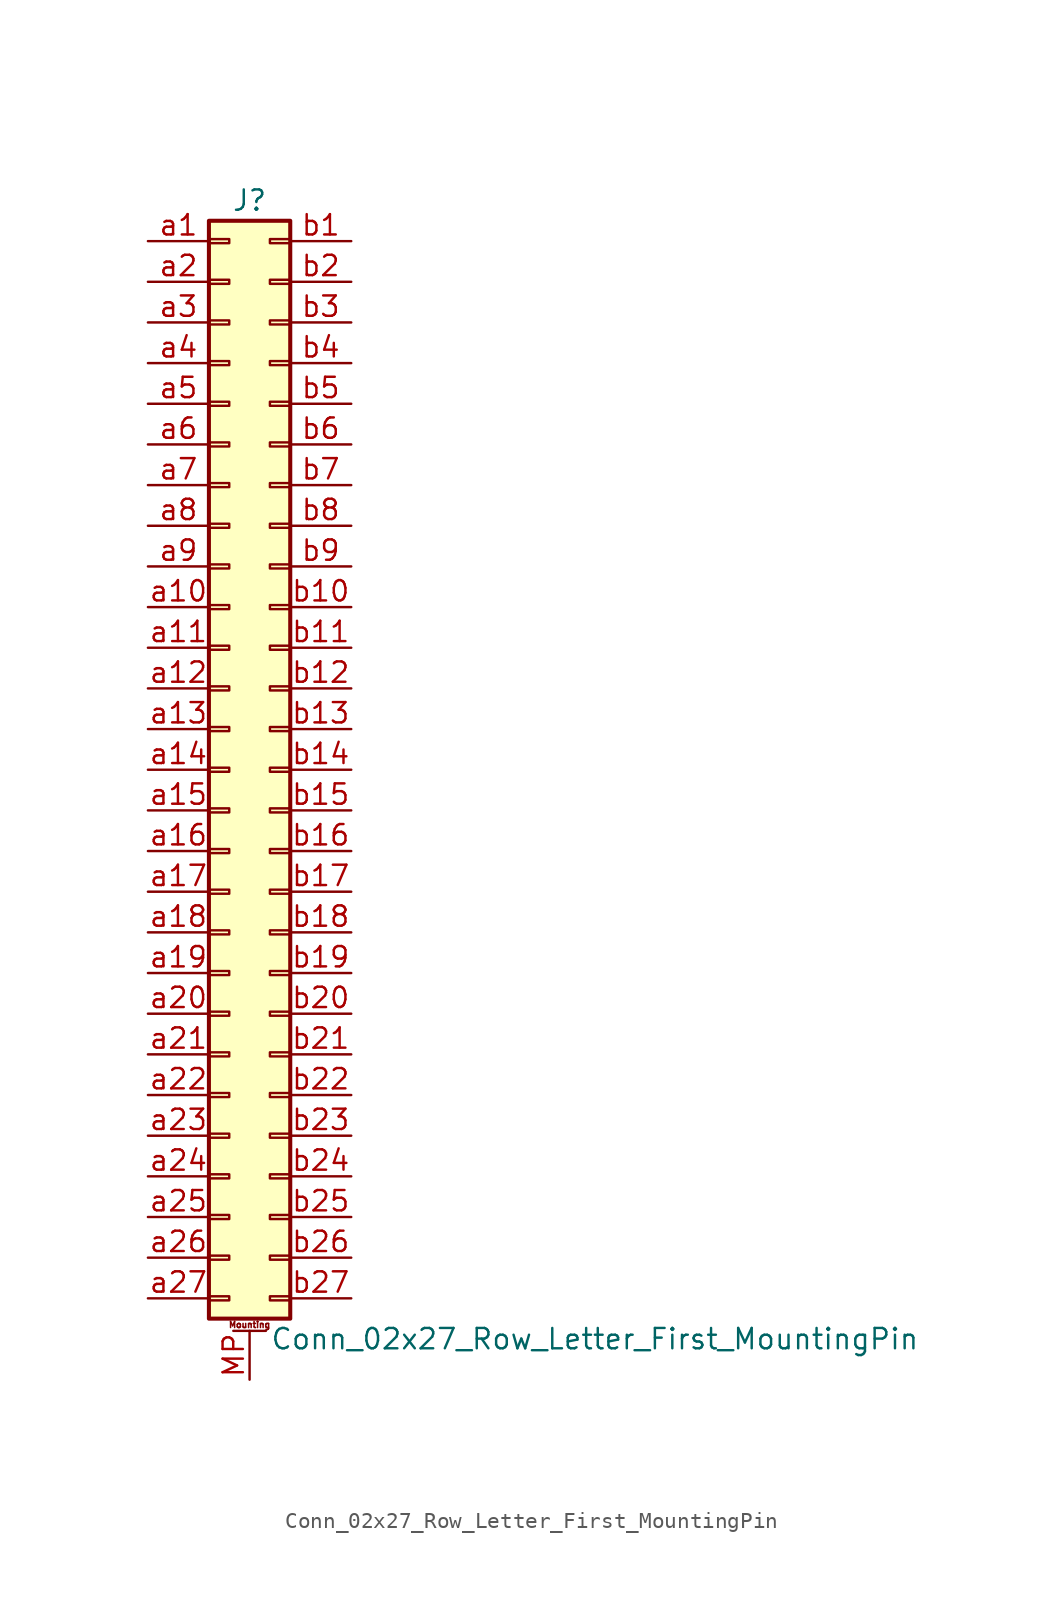
<source format=kicad_sym>
(kicad_symbol_lib
  (version 20220914)
  (generator kicad_symbol_editor)
  (symbol "Conn_02x27_Row_Letter_First_MountingPin"
    (pin_names
      (offset 1.016) hide)
    (property "Reference" "J"
      (at 1.27 35.56 0)
      (effects (font (size 1.27 1.27))))
    (property "Value" "Conn_02x27_Row_Letter_First_MountingPin"
      (at 2.54 -35.56 0)
      (effects (font (size 1.27 1.27)) (justify left)))
    (symbol "Conn_02x27_Row_Letter_First_MountingPin_1_1"
      (rectangle (start -1.27 -32.893) (end 0 -33.147) (stroke (width 0.152) (type default)) (fill (type none)))
      (rectangle (start -1.27 -30.353) (end 0 -30.607) (stroke (width 0.152) (type default)) (fill (type none)))
      (rectangle (start -1.27 -27.813) (end 0 -28.067) (stroke (width 0.152) (type default)) (fill (type none)))
      (rectangle (start -1.27 -25.273) (end 0 -25.527) (stroke (width 0.152) (type default)) (fill (type none)))
      (rectangle (start -1.27 -22.733) (end 0 -22.987) (stroke (width 0.152) (type default)) (fill (type none)))
      (rectangle (start -1.27 -20.193) (end 0 -20.447) (stroke (width 0.152) (type default)) (fill (type none)))
      (rectangle (start -1.27 -17.653) (end 0 -17.907) (stroke (width 0.152) (type default)) (fill (type none)))
      (rectangle (start -1.27 -15.113) (end 0 -15.367) (stroke (width 0.152) (type default)) (fill (type none)))
      (rectangle (start -1.27 -12.573) (end 0 -12.827) (stroke (width 0.152) (type default)) (fill (type none)))
      (rectangle (start -1.27 -10.033) (end 0 -10.287) (stroke (width 0.152) (type default)) (fill (type none)))
      (rectangle (start -1.27 -7.493) (end 0 -7.747) (stroke (width 0.152) (type default)) (fill (type none)))
      (rectangle (start -1.27 -4.953) (end 0 -5.207) (stroke (width 0.152) (type default)) (fill (type none)))
      (rectangle (start -1.27 -2.413) (end 0 -2.667) (stroke (width 0.152) (type default)) (fill (type none)))
      (rectangle (start -1.27 0.127) (end 0 -0.127) (stroke (width 0.152) (type default)) (fill (type none)))
      (rectangle (start -1.27 2.667) (end 0 2.413) (stroke (width 0.152) (type default)) (fill (type none)))
      (rectangle (start -1.27 5.207) (end 0 4.953) (stroke (width 0.152) (type default)) (fill (type none)))
      (rectangle (start -1.27 7.747) (end 0 7.493) (stroke (width 0.152) (type default)) (fill (type none)))
      (rectangle (start -1.27 10.287) (end 0 10.033) (stroke (width 0.152) (type default)) (fill (type none)))
      (rectangle (start -1.27 12.827) (end 0 12.573) (stroke (width 0.152) (type default)) (fill (type none)))
      (rectangle (start -1.27 15.367) (end 0 15.113) (stroke (width 0.152) (type default)) (fill (type none)))
      (rectangle (start -1.27 17.907) (end 0 17.653) (stroke (width 0.152) (type default)) (fill (type none)))
      (rectangle (start -1.27 20.447) (end 0 20.193) (stroke (width 0.152) (type default)) (fill (type none)))
      (rectangle (start -1.27 22.987) (end 0 22.733) (stroke (width 0.152) (type default)) (fill (type none)))
      (rectangle (start -1.27 25.527) (end 0 25.273) (stroke (width 0.152) (type default)) (fill (type none)))
      (rectangle (start -1.27 28.067) (end 0 27.813) (stroke (width 0.152) (type default)) (fill (type none)))
      (rectangle (start -1.27 30.607) (end 0 30.353) (stroke (width 0.152) (type default)) (fill (type none)))
      (rectangle (start -1.27 33.147) (end 0 32.893) (stroke (width 0.152) (type default)) (fill (type none)))
      (rectangle (start -1.27 34.29) (end 3.81 -34.29) (stroke (width 0.254) (type default)) (fill (type background)))
      (polyline (pts (xy 0.254 -35.052) (xy 2.286 -35.052)) (stroke (width 0.152) (type default)) (fill (type none)))
      (rectangle (start 3.81 -32.893) (end 2.54 -33.147) (stroke (width 0.152) (type default)) (fill (type none)))
      (rectangle (start 3.81 -30.353) (end 2.54 -30.607) (stroke (width 0.152) (type default)) (fill (type none)))
      (rectangle (start 3.81 -27.813) (end 2.54 -28.067) (stroke (width 0.152) (type default)) (fill (type none)))
      (rectangle (start 3.81 -25.273) (end 2.54 -25.527) (stroke (width 0.152) (type default)) (fill (type none)))
      (rectangle (start 3.81 -22.733) (end 2.54 -22.987) (stroke (width 0.152) (type default)) (fill (type none)))
      (rectangle (start 3.81 -20.193) (end 2.54 -20.447) (stroke (width 0.152) (type default)) (fill (type none)))
      (rectangle (start 3.81 -17.653) (end 2.54 -17.907) (stroke (width 0.152) (type default)) (fill (type none)))
      (rectangle (start 3.81 -15.113) (end 2.54 -15.367) (stroke (width 0.152) (type default)) (fill (type none)))
      (rectangle (start 3.81 -12.573) (end 2.54 -12.827) (stroke (width 0.152) (type default)) (fill (type none)))
      (rectangle (start 3.81 -10.033) (end 2.54 -10.287) (stroke (width 0.152) (type default)) (fill (type none)))
      (rectangle (start 3.81 -7.493) (end 2.54 -7.747) (stroke (width 0.152) (type default)) (fill (type none)))
      (rectangle (start 3.81 -4.953) (end 2.54 -5.207) (stroke (width 0.152) (type default)) (fill (type none)))
      (rectangle (start 3.81 -2.413) (end 2.54 -2.667) (stroke (width 0.152) (type default)) (fill (type none)))
      (rectangle (start 3.81 0.127) (end 2.54 -0.127) (stroke (width 0.152) (type default)) (fill (type none)))
      (rectangle (start 3.81 2.667) (end 2.54 2.413) (stroke (width 0.152) (type default)) (fill (type none)))
      (rectangle (start 3.81 5.207) (end 2.54 4.953) (stroke (width 0.152) (type default)) (fill (type none)))
      (rectangle (start 3.81 7.747) (end 2.54 7.493) (stroke (width 0.152) (type default)) (fill (type none)))
      (rectangle (start 3.81 10.287) (end 2.54 10.033) (stroke (width 0.152) (type default)) (fill (type none)))
      (rectangle (start 3.81 12.827) (end 2.54 12.573) (stroke (width 0.152) (type default)) (fill (type none)))
      (rectangle (start 3.81 15.367) (end 2.54 15.113) (stroke (width 0.152) (type default)) (fill (type none)))
      (rectangle (start 3.81 17.907) (end 2.54 17.653) (stroke (width 0.152) (type default)) (fill (type none)))
      (rectangle (start 3.81 20.447) (end 2.54 20.193) (stroke (width 0.152) (type default)) (fill (type none)))
      (rectangle (start 3.81 22.987) (end 2.54 22.733) (stroke (width 0.152) (type default)) (fill (type none)))
      (rectangle (start 3.81 25.527) (end 2.54 25.273) (stroke (width 0.152) (type default)) (fill (type none)))
      (rectangle (start 3.81 28.067) (end 2.54 27.813) (stroke (width 0.152) (type default)) (fill (type none)))
      (rectangle (start 3.81 30.607) (end 2.54 30.353) (stroke (width 0.152) (type default)) (fill (type none)))
      (rectangle (start 3.81 33.147) (end 2.54 32.893) (stroke (width 0.152) (type default)) (fill (type none)))
      (text "Mounting" (at 1.27 -34.671 0) (effects (font (size 0.381 0.381))))
      (pin passive line (at 1.27 -38.1 90) (length 3.048) (name "MountPin" (effects (font (size 1.27 1.27)))) (number "MP" (effects (font (size 1.27 1.27)))))
      (pin passive line (at -5.08 33.02 0) (length 3.81) (name "Pin_a1" (effects (font (size 1.27 1.27)))) (number "a1" (effects (font (size 1.27 1.27)))))
      (pin passive line (at -5.08 10.16 0) (length 3.81) (name "Pin_a10" (effects (font (size 1.27 1.27)))) (number "a10" (effects (font (size 1.27 1.27)))))
      (pin passive line (at -5.08 7.62 0) (length 3.81) (name "Pin_a11" (effects (font (size 1.27 1.27)))) (number "a11" (effects (font (size 1.27 1.27)))))
      (pin passive line (at -5.08 5.08 0) (length 3.81) (name "Pin_a12" (effects (font (size 1.27 1.27)))) (number "a12" (effects (font (size 1.27 1.27)))))
      (pin passive line (at -5.08 2.54 0) (length 3.81) (name "Pin_a13" (effects (font (size 1.27 1.27)))) (number "a13" (effects (font (size 1.27 1.27)))))
      (pin passive line (at -5.08 0 0) (length 3.81) (name "Pin_a14" (effects (font (size 1.27 1.27)))) (number "a14" (effects (font (size 1.27 1.27)))))
      (pin passive line (at -5.08 -2.54 0) (length 3.81) (name "Pin_a15" (effects (font (size 1.27 1.27)))) (number "a15" (effects (font (size 1.27 1.27)))))
      (pin passive line (at -5.08 -5.08 0) (length 3.81) (name "Pin_a16" (effects (font (size 1.27 1.27)))) (number "a16" (effects (font (size 1.27 1.27)))))
      (pin passive line (at -5.08 -7.62 0) (length 3.81) (name "Pin_a17" (effects (font (size 1.27 1.27)))) (number "a17" (effects (font (size 1.27 1.27)))))
      (pin passive line (at -5.08 -10.16 0) (length 3.81) (name "Pin_a18" (effects (font (size 1.27 1.27)))) (number "a18" (effects (font (size 1.27 1.27)))))
      (pin passive line (at -5.08 -12.7 0) (length 3.81) (name "Pin_a19" (effects (font (size 1.27 1.27)))) (number "a19" (effects (font (size 1.27 1.27)))))
      (pin passive line (at -5.08 30.48 0) (length 3.81) (name "Pin_a2" (effects (font (size 1.27 1.27)))) (number "a2" (effects (font (size 1.27 1.27)))))
      (pin passive line (at -5.08 -15.24 0) (length 3.81) (name "Pin_a20" (effects (font (size 1.27 1.27)))) (number "a20" (effects (font (size 1.27 1.27)))))
      (pin passive line (at -5.08 -17.78 0) (length 3.81) (name "Pin_a21" (effects (font (size 1.27 1.27)))) (number "a21" (effects (font (size 1.27 1.27)))))
      (pin passive line (at -5.08 -20.32 0) (length 3.81) (name "Pin_a22" (effects (font (size 1.27 1.27)))) (number "a22" (effects (font (size 1.27 1.27)))))
      (pin passive line (at -5.08 -22.86 0) (length 3.81) (name "Pin_a23" (effects (font (size 1.27 1.27)))) (number "a23" (effects (font (size 1.27 1.27)))))
      (pin passive line (at -5.08 -25.4 0) (length 3.81) (name "Pin_a24" (effects (font (size 1.27 1.27)))) (number "a24" (effects (font (size 1.27 1.27)))))
      (pin passive line (at -5.08 -27.94 0) (length 3.81) (name "Pin_a25" (effects (font (size 1.27 1.27)))) (number "a25" (effects (font (size 1.27 1.27)))))
      (pin passive line (at -5.08 -30.48 0) (length 3.81) (name "Pin_a26" (effects (font (size 1.27 1.27)))) (number "a26" (effects (font (size 1.27 1.27)))))
      (pin passive line (at -5.08 -33.02 0) (length 3.81) (name "Pin_a27" (effects (font (size 1.27 1.27)))) (number "a27" (effects (font (size 1.27 1.27)))))
      (pin passive line (at -5.08 27.94 0) (length 3.81) (name "Pin_a3" (effects (font (size 1.27 1.27)))) (number "a3" (effects (font (size 1.27 1.27)))))
      (pin passive line (at -5.08 25.4 0) (length 3.81) (name "Pin_a4" (effects (font (size 1.27 1.27)))) (number "a4" (effects (font (size 1.27 1.27)))))
      (pin passive line (at -5.08 22.86 0) (length 3.81) (name "Pin_a5" (effects (font (size 1.27 1.27)))) (number "a5" (effects (font (size 1.27 1.27)))))
      (pin passive line (at -5.08 20.32 0) (length 3.81) (name "Pin_a6" (effects (font (size 1.27 1.27)))) (number "a6" (effects (font (size 1.27 1.27)))))
      (pin passive line (at -5.08 17.78 0) (length 3.81) (name "Pin_a7" (effects (font (size 1.27 1.27)))) (number "a7" (effects (font (size 1.27 1.27)))))
      (pin passive line (at -5.08 15.24 0) (length 3.81) (name "Pin_a8" (effects (font (size 1.27 1.27)))) (number "a8" (effects (font (size 1.27 1.27)))))
      (pin passive line (at -5.08 12.7 0) (length 3.81) (name "Pin_a9" (effects (font (size 1.27 1.27)))) (number "a9" (effects (font (size 1.27 1.27)))))
      (pin passive line (at 7.62 33.02 180) (length 3.81) (name "Pin_b1" (effects (font (size 1.27 1.27)))) (number "b1" (effects (font (size 1.27 1.27)))))
      (pin passive line (at 7.62 10.16 180) (length 3.81) (name "Pin_b10" (effects (font (size 1.27 1.27)))) (number "b10" (effects (font (size 1.27 1.27)))))
      (pin passive line (at 7.62 7.62 180) (length 3.81) (name "Pin_b11" (effects (font (size 1.27 1.27)))) (number "b11" (effects (font (size 1.27 1.27)))))
      (pin passive line (at 7.62 5.08 180) (length 3.81) (name "Pin_b12" (effects (font (size 1.27 1.27)))) (number "b12" (effects (font (size 1.27 1.27)))))
      (pin passive line (at 7.62 2.54 180) (length 3.81) (name "Pin_b13" (effects (font (size 1.27 1.27)))) (number "b13" (effects (font (size 1.27 1.27)))))
      (pin passive line (at 7.62 0 180) (length 3.81) (name "Pin_b14" (effects (font (size 1.27 1.27)))) (number "b14" (effects (font (size 1.27 1.27)))))
      (pin passive line (at 7.62 -2.54 180) (length 3.81) (name "Pin_b15" (effects (font (size 1.27 1.27)))) (number "b15" (effects (font (size 1.27 1.27)))))
      (pin passive line (at 7.62 -5.08 180) (length 3.81) (name "Pin_b16" (effects (font (size 1.27 1.27)))) (number "b16" (effects (font (size 1.27 1.27)))))
      (pin passive line (at 7.62 -7.62 180) (length 3.81) (name "Pin_b17" (effects (font (size 1.27 1.27)))) (number "b17" (effects (font (size 1.27 1.27)))))
      (pin passive line (at 7.62 -10.16 180) (length 3.81) (name "Pin_b18" (effects (font (size 1.27 1.27)))) (number "b18" (effects (font (size 1.27 1.27)))))
      (pin passive line (at 7.62 -12.7 180) (length 3.81) (name "Pin_b19" (effects (font (size 1.27 1.27)))) (number "b19" (effects (font (size 1.27 1.27)))))
      (pin passive line (at 7.62 30.48 180) (length 3.81) (name "Pin_b2" (effects (font (size 1.27 1.27)))) (number "b2" (effects (font (size 1.27 1.27)))))
      (pin passive line (at 7.62 -15.24 180) (length 3.81) (name "Pin_b20" (effects (font (size 1.27 1.27)))) (number "b20" (effects (font (size 1.27 1.27)))))
      (pin passive line (at 7.62 -17.78 180) (length 3.81) (name "Pin_b21" (effects (font (size 1.27 1.27)))) (number "b21" (effects (font (size 1.27 1.27)))))
      (pin passive line (at 7.62 -20.32 180) (length 3.81) (name "Pin_b22" (effects (font (size 1.27 1.27)))) (number "b22" (effects (font (size 1.27 1.27)))))
      (pin passive line (at 7.62 -22.86 180) (length 3.81) (name "Pin_b23" (effects (font (size 1.27 1.27)))) (number "b23" (effects (font (size 1.27 1.27)))))
      (pin passive line (at 7.62 -25.4 180) (length 3.81) (name "Pin_b24" (effects (font (size 1.27 1.27)))) (number "b24" (effects (font (size 1.27 1.27)))))
      (pin passive line (at 7.62 -27.94 180) (length 3.81) (name "Pin_b25" (effects (font (size 1.27 1.27)))) (number "b25" (effects (font (size 1.27 1.27)))))
      (pin passive line (at 7.62 -30.48 180) (length 3.81) (name "Pin_b26" (effects (font (size 1.27 1.27)))) (number "b26" (effects (font (size 1.27 1.27)))))
      (pin passive line (at 7.62 -33.02 180) (length 3.81) (name "Pin_b27" (effects (font (size 1.27 1.27)))) (number "b27" (effects (font (size 1.27 1.27)))))
      (pin passive line (at 7.62 27.94 180) (length 3.81) (name "Pin_b3" (effects (font (size 1.27 1.27)))) (number "b3" (effects (font (size 1.27 1.27)))))
      (pin passive line (at 7.62 25.4 180) (length 3.81) (name "Pin_b4" (effects (font (size 1.27 1.27)))) (number "b4" (effects (font (size 1.27 1.27)))))
      (pin passive line (at 7.62 22.86 180) (length 3.81) (name "Pin_b5" (effects (font (size 1.27 1.27)))) (number "b5" (effects (font (size 1.27 1.27)))))
      (pin passive line (at 7.62 20.32 180) (length 3.81) (name "Pin_b6" (effects (font (size 1.27 1.27)))) (number "b6" (effects (font (size 1.27 1.27)))))
      (pin passive line (at 7.62 17.78 180) (length 3.81) (name "Pin_b7" (effects (font (size 1.27 1.27)))) (number "b7" (effects (font (size 1.27 1.27)))))
      (pin passive line (at 7.62 15.24 180) (length 3.81) (name "Pin_b8" (effects (font (size 1.27 1.27)))) (number "b8" (effects (font (size 1.27 1.27)))))
      (pin passive line (at 7.62 12.7 180) (length 3.81) (name "Pin_b9" (effects (font (size 1.27 1.27)))) (number "b9" (effects (font (size 1.27 1.27))))))))
</source>
